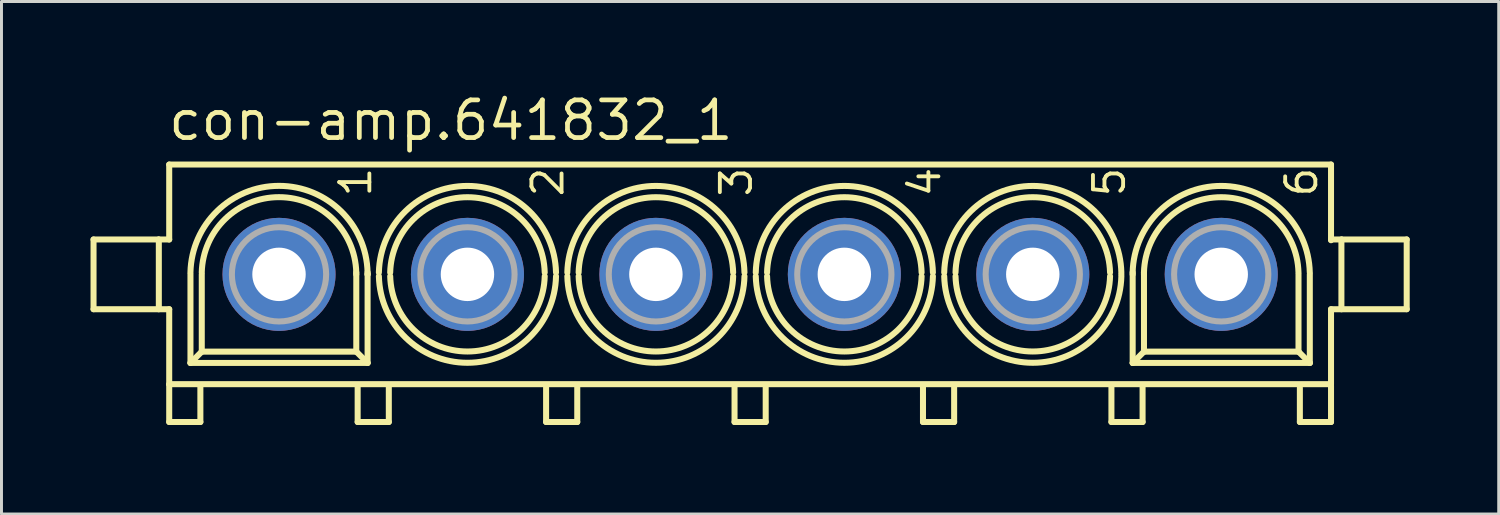
<source format=kicad_pcb>
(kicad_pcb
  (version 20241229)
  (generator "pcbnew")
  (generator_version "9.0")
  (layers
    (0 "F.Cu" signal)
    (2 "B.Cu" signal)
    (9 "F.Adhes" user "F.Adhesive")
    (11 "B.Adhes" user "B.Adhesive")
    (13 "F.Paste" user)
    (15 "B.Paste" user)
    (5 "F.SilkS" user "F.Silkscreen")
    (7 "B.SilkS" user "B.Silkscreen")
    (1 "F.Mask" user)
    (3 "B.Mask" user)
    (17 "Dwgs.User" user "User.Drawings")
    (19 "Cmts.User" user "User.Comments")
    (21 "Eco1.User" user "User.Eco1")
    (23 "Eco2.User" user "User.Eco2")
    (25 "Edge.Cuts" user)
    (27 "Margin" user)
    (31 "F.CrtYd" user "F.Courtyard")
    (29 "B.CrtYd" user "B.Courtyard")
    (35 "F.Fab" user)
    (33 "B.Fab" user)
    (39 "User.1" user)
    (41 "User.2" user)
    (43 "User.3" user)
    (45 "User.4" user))
  (footprint "con-amp.641832_1"
    (layer "F.Cu")
    (at 22.227 6.195)
    (property "Reference" "con-amp.641832_1" (at -19.685 -4.445 0) (layer "F.SilkS") (effects (font (size 1.27 1.27) (thickness 0.16)) (justify left bottom)))
    (attr through_hole)
    (fp_line (start -22.125 -1.175) (end -22.125 1.175) (stroke (width 0.203) (type default)) (layer "F.SilkS"))
    (fp_line (start -22.125 1.175) (end -19.95 1.175) (stroke (width 0.203) (type default)) (layer "F.SilkS"))
    (fp_line (start -19.95 -1.175) (end -22.125 -1.175) (stroke (width 0.203) (type default)) (layer "F.SilkS"))
    (fp_line (start -19.925 -1.175) (end -19.575 -1.175) (stroke (width 0.203) (type default)) (layer "F.SilkS"))
    (fp_line (start -19.925 1.175) (end -19.925 -1.175) (stroke (width 0.203) (type default)) (layer "F.SilkS"))
    (fp_line (start -19.575 -3.7) (end 19.575 -3.7) (stroke (width 0.203) (type default)) (layer "F.SilkS"))
    (fp_line (start -19.575 -1.175) (end -19.575 -3.7) (stroke (width 0.203) (type default)) (layer "F.SilkS"))
    (fp_line (start -19.575 1.175) (end -19.925 1.175) (stroke (width 0.203) (type default)) (layer "F.SilkS"))
    (fp_line (start -19.575 3.7) (end -19.575 1.175) (stroke (width 0.203) (type default)) (layer "F.SilkS"))
    (fp_line (start -19.575 3.725) (end -19.575 4.975) (stroke (width 0.203) (type default)) (layer "F.SilkS"))
    (fp_line (start -19.575 4.975) (end -18.525 4.975) (stroke (width 0.203) (type default)) (layer "F.SilkS"))
    (fp_line (start -18.859 2.985) (end -18.859 0) (stroke (width 0.203) (type default)) (layer "F.SilkS"))
    (fp_line (start -18.525 4.975) (end -18.525 3.8) (stroke (width 0.203) (type default)) (layer "F.SilkS"))
    (fp_line (start -18.478 2.604) (end -18.859 2.985) (stroke (width 0.203) (type default)) (layer "F.SilkS"))
    (fp_line (start -18.478 2.604) (end -18.478 0) (stroke (width 0.203) (type default)) (layer "F.SilkS"))
    (fp_line (start -13.272 -0.064) (end -13.272 0) (stroke (width 0.203) (type default)) (layer "F.SilkS"))
    (fp_line (start -13.271 0) (end -13.271 2.604) (stroke (width 0.203) (type default)) (layer "F.SilkS"))
    (fp_line (start -13.271 2.604) (end -18.478 2.604) (stroke (width 0.203) (type default)) (layer "F.SilkS"))
    (fp_line (start -13.271 2.604) (end -12.89 2.985) (stroke (width 0.203) (type default)) (layer "F.SilkS"))
    (fp_line (start -13.225 4.975) (end -13.225 3.775) (stroke (width 0.203) (type default)) (layer "F.SilkS"))
    (fp_line (start -12.891 -0.064) (end -12.891 0) (stroke (width 0.203) (type default)) (layer "F.SilkS"))
    (fp_line (start -12.89 0) (end -12.891 0) (stroke (width 0.203) (type default)) (layer "F.SilkS"))
    (fp_line (start -12.89 0) (end -12.89 2.985) (stroke (width 0.203) (type default)) (layer "F.SilkS"))
    (fp_line (start -12.89 2.985) (end -18.859 2.985) (stroke (width 0.203) (type default)) (layer "F.SilkS"))
    (fp_line (start -12.175 3.775) (end -12.175 4.975) (stroke (width 0.203) (type default)) (layer "F.SilkS"))
    (fp_line (start -12.175 4.975) (end -13.225 4.975) (stroke (width 0.203) (type default)) (layer "F.SilkS"))
    (fp_line (start -6.875 4.975) (end -6.875 3.775) (stroke (width 0.203) (type default)) (layer "F.SilkS"))
    (fp_line (start -5.825 3.775) (end -5.825 4.975) (stroke (width 0.203) (type default)) (layer "F.SilkS"))
    (fp_line (start -5.825 4.975) (end -6.875 4.975) (stroke (width 0.203) (type default)) (layer "F.SilkS"))
    (fp_line (start -0.525 4.975) (end -0.525 3.775) (stroke (width 0.203) (type default)) (layer "F.SilkS"))
    (fp_line (start 0.525 3.775) (end 0.525 4.975) (stroke (width 0.203) (type default)) (layer "F.SilkS"))
    (fp_line (start 0.525 4.975) (end -0.525 4.975) (stroke (width 0.203) (type default)) (layer "F.SilkS"))
    (fp_line (start 5.825 4.975) (end 5.825 3.775) (stroke (width 0.203) (type default)) (layer "F.SilkS"))
    (fp_line (start 6.875 3.775) (end 6.875 4.975) (stroke (width 0.203) (type default)) (layer "F.SilkS"))
    (fp_line (start 6.875 4.975) (end 5.825 4.975) (stroke (width 0.203) (type default)) (layer "F.SilkS"))
    (fp_line (start 12.175 4.975) (end 12.175 3.775) (stroke (width 0.203) (type default)) (layer "F.SilkS"))
    (fp_line (start 12.51 0) (end 12.509 0) (stroke (width 0.203) (type default)) (layer "F.SilkS"))
    (fp_line (start 12.89 0) (end 12.89 -0.064) (stroke (width 0.203) (type default)) (layer "F.SilkS"))
    (fp_line (start 12.891 2.985) (end 12.891 0) (stroke (width 0.203) (type default)) (layer "F.SilkS"))
    (fp_line (start 13.225 3.775) (end 13.225 4.975) (stroke (width 0.203) (type default)) (layer "F.SilkS"))
    (fp_line (start 13.225 4.975) (end 12.175 4.975) (stroke (width 0.203) (type default)) (layer "F.SilkS"))
    (fp_line (start 13.271 0) (end 13.271 -0.064) (stroke (width 0.203) (type default)) (layer "F.SilkS"))
    (fp_line (start 13.272 2.604) (end 12.891 2.985) (stroke (width 0.203) (type default)) (layer "F.SilkS"))
    (fp_line (start 13.272 2.604) (end 13.272 0) (stroke (width 0.203) (type default)) (layer "F.SilkS"))
    (fp_line (start 18.479 0) (end 18.479 2.604) (stroke (width 0.203) (type default)) (layer "F.SilkS"))
    (fp_line (start 18.479 2.604) (end 13.272 2.604) (stroke (width 0.203) (type default)) (layer "F.SilkS"))
    (fp_line (start 18.479 2.604) (end 18.86 2.985) (stroke (width 0.203) (type default)) (layer "F.SilkS"))
    (fp_line (start 18.525 4.975) (end 18.525 3.825) (stroke (width 0.203) (type default)) (layer "F.SilkS"))
    (fp_line (start 18.86 0) (end 18.86 2.985) (stroke (width 0.203) (type default)) (layer "F.SilkS"))
    (fp_line (start 18.86 2.985) (end 12.891 2.985) (stroke (width 0.203) (type default)) (layer "F.SilkS"))
    (fp_line (start 19.575 -3.7) (end 19.575 -1.175) (stroke (width 0.203) (type default)) (layer "F.SilkS"))
    (fp_line (start 19.575 -1.175) (end 19.575 -1.15) (stroke (width 0.203) (type default)) (layer "F.SilkS"))
    (fp_line (start 19.575 -1.175) (end 19.925 -1.175) (stroke (width 0.203) (type default)) (layer "F.SilkS"))
    (fp_line (start 19.575 1.175) (end 19.575 3.7) (stroke (width 0.203) (type default)) (layer "F.SilkS"))
    (fp_line (start 19.575 3.7) (end -19.575 3.7) (stroke (width 0.203) (type default)) (layer "F.SilkS"))
    (fp_line (start 19.575 3.75) (end 19.575 4.975) (stroke (width 0.203) (type default)) (layer "F.SilkS"))
    (fp_line (start 19.575 4.975) (end 18.525 4.975) (stroke (width 0.203) (type default)) (layer "F.SilkS"))
    (fp_line (start 19.925 -1.175) (end 19.925 1.175) (stroke (width 0.203) (type default)) (layer "F.SilkS"))
    (fp_line (start 19.925 1.175) (end 19.575 1.175) (stroke (width 0.203) (type default)) (layer "F.SilkS"))
    (fp_line (start 19.95 -1.175) (end 22.125 -1.175) (stroke (width 0.203) (type default)) (layer "F.SilkS"))
    (fp_line (start 22.125 -1.175) (end 22.125 1.175) (stroke (width 0.203) (type default)) (layer "F.SilkS"))
    (fp_line (start 22.125 1.175) (end 19.95 1.175) (stroke (width 0.203) (type default)) (layer "F.SilkS"))
    (fp_arc (start -18.8596 -0.0636) (mid -15.87515 -2.979945) (end -12.8907 -0.0636) (stroke (width 0.2032) (type default)) (layer "F.SilkS"))
    (fp_arc (start -18.4786 -0.0636) (mid -15.87515 -2.601886) (end -13.2717 -0.0636) (stroke (width 0.2032) (type default)) (layer "F.SilkS"))
    (fp_arc (start -12.5097 -0.0636) (mid -9.5252 -2.980093) (end -6.5407 -0.0636) (stroke (width 0.2032) (type default)) (layer "F.SilkS"))
    (fp_arc (start -12.1287 -0.0636) (mid -9.5252 -2.600085) (end -6.9217 -0.0636) (stroke (width 0.2032) (type default)) (layer "F.SilkS"))
    (fp_arc (start -6.9213 0.0636) (mid -9.5248 2.600085) (end -12.1283 0.0636) (stroke (width 0.2032) (type default)) (layer "F.SilkS"))
    (fp_arc (start -6.5403 0.0636) (mid -9.5248 2.980093) (end -12.5093 0.0636) (stroke (width 0.2032) (type default)) (layer "F.SilkS"))
    (fp_arc (start -6.1597 -0.0636) (mid -3.1752 -2.980093) (end -0.1907 -0.0636) (stroke (width 0.2032) (type default)) (layer "F.SilkS"))
    (fp_arc (start -5.7787 -0.0636) (mid -3.1752 -2.600085) (end -0.5717 -0.0636) (stroke (width 0.2032) (type default)) (layer "F.SilkS"))
    (fp_arc (start -0.5713 0.0636) (mid -3.1748 2.600085) (end -5.7783 0.0636) (stroke (width 0.2032) (type default)) (layer "F.SilkS"))
    (fp_arc (start -0.1903 0.0636) (mid -3.1748 2.980093) (end -6.1593 0.0636) (stroke (width 0.2032) (type default)) (layer "F.SilkS"))
    (fp_arc (start 0.1903 -0.0636) (mid 3.1748 -2.980093) (end 6.1593 -0.0636) (stroke (width 0.2032) (type default)) (layer "F.SilkS"))
    (fp_arc (start 0.5713 -0.0636) (mid 3.1748 -2.600085) (end 5.7783 -0.0636) (stroke (width 0.2032) (type default)) (layer "F.SilkS"))
    (fp_arc (start 5.7787 0.0636) (mid 3.1752 2.600085) (end 0.5717 0.0636) (stroke (width 0.2032) (type default)) (layer "F.SilkS"))
    (fp_arc (start 6.1597 0.0636) (mid 3.1752 2.980093) (end 0.1907 0.0636) (stroke (width 0.2032) (type default)) (layer "F.SilkS"))
    (fp_arc (start 6.5403 -0.0636) (mid 9.5248 -2.980093) (end 12.5093 -0.0636) (stroke (width 0.2032) (type default)) (layer "F.SilkS"))
    (fp_arc (start 6.9213 -0.0636) (mid 9.5248 -2.600085) (end 12.1283 -0.0636) (stroke (width 0.2032) (type default)) (layer "F.SilkS"))
    (fp_arc (start 12.1287 0.0636) (mid 9.5252 2.600085) (end 6.9217 0.0636) (stroke (width 0.2032) (type default)) (layer "F.SilkS"))
    (fp_arc (start 12.5097 0.0636) (mid 9.5252 2.980093) (end 6.5407 0.0636) (stroke (width 0.2032) (type default)) (layer "F.SilkS"))
    (fp_arc (start 12.8903 -0.0636) (mid 15.8748 -2.980093) (end 18.8593 -0.0636) (stroke (width 0.2032) (type default)) (layer "F.SilkS"))
    (fp_arc (start 13.2713 -0.0636) (mid 15.8748 -2.600085) (end 18.4783 -0.0636) (stroke (width 0.2032) (type default)) (layer "F.SilkS"))
    (fp_circle (center -15.875 0) (end -14.287 0) (stroke (width 0.203) (type default)) (fill no) (layer "F.Fab"))
    (fp_circle (center -9.525 0) (end -7.937 0) (stroke (width 0.203) (type default)) (fill no) (layer "F.Fab"))
    (fp_circle (center -3.175 0) (end -1.587 0) (stroke (width 0.203) (type default)) (fill no) (layer "F.Fab"))
    (fp_circle (center 3.175 0) (end 4.763 0) (stroke (width 0.203) (type default)) (fill no) (layer "F.Fab"))
    (fp_circle (center 9.525 0) (end 11.113 0) (stroke (width 0.203) (type default)) (fill no) (layer "F.Fab"))
    (fp_circle (center 15.875 0) (end 17.463 0) (stroke (width 0.203) (type default)) (fill no) (layer "F.Fab"))
    (fp_text user "5" (at 12.7 -2.54 90) (layer "F.SilkS") (effects (font (size 1.016 1.016) (thickness 0.13)) (justify left bottom)))
    (fp_text user "4" (at 6.477 -2.54 90) (layer "F.SilkS") (effects (font (size 1.016 1.016) (thickness 0.13)) (justify left bottom)))
    (fp_text user "2" (at -6.223 -2.54 90) (layer "F.SilkS") (effects (font (size 1.016 1.016) (thickness 0.13)) (justify left bottom)))
    (fp_text user "1" (at -12.7 -2.54 90) (layer "F.SilkS") (effects (font (size 1.016 1.016) (thickness 0.13)) (justify left bottom)))
    (fp_text user "3" (at 0.127 -2.54 90) (layer "F.SilkS") (effects (font (size 1.016 1.016) (thickness 0.13)) (justify left bottom)))
    (fp_text user "6" (at 19.177 -2.54 90) (layer "F.SilkS") (effects (font (size 1.016 1.016) (thickness 0.13)) (justify left bottom)))
    (pad "1" thru_hole circle (at -15.875 0) (size 3.81 3.81) (drill 1.8) (layers "*.Cu" "*.Mask"))
    (pad "2" thru_hole circle (at -9.525 0) (size 3.81 3.81) (drill 1.8) (layers "*.Cu" "*.Mask"))
    (pad "3" thru_hole circle (at -3.175 0) (size 3.81 3.81) (drill 1.8) (layers "*.Cu" "*.Mask"))
    (pad "4" thru_hole circle (at 3.175 0) (size 3.81 3.81) (drill 1.8) (layers "*.Cu" "*.Mask"))
    (pad "5" thru_hole circle (at 9.525 0) (size 3.81 3.81) (drill 1.8) (layers "*.Cu" "*.Mask"))
    (pad "6" thru_hole circle (at 15.875 0) (size 3.81 3.81) (drill 1.8) (layers "*.Cu" "*.Mask")))
  (gr_rect
    (start -3 -3)
    (end 47.453 14.272)
    (stroke (width 0.1) (type default))
    (fill no)
    (layer "Edge.Cuts")))
</source>
